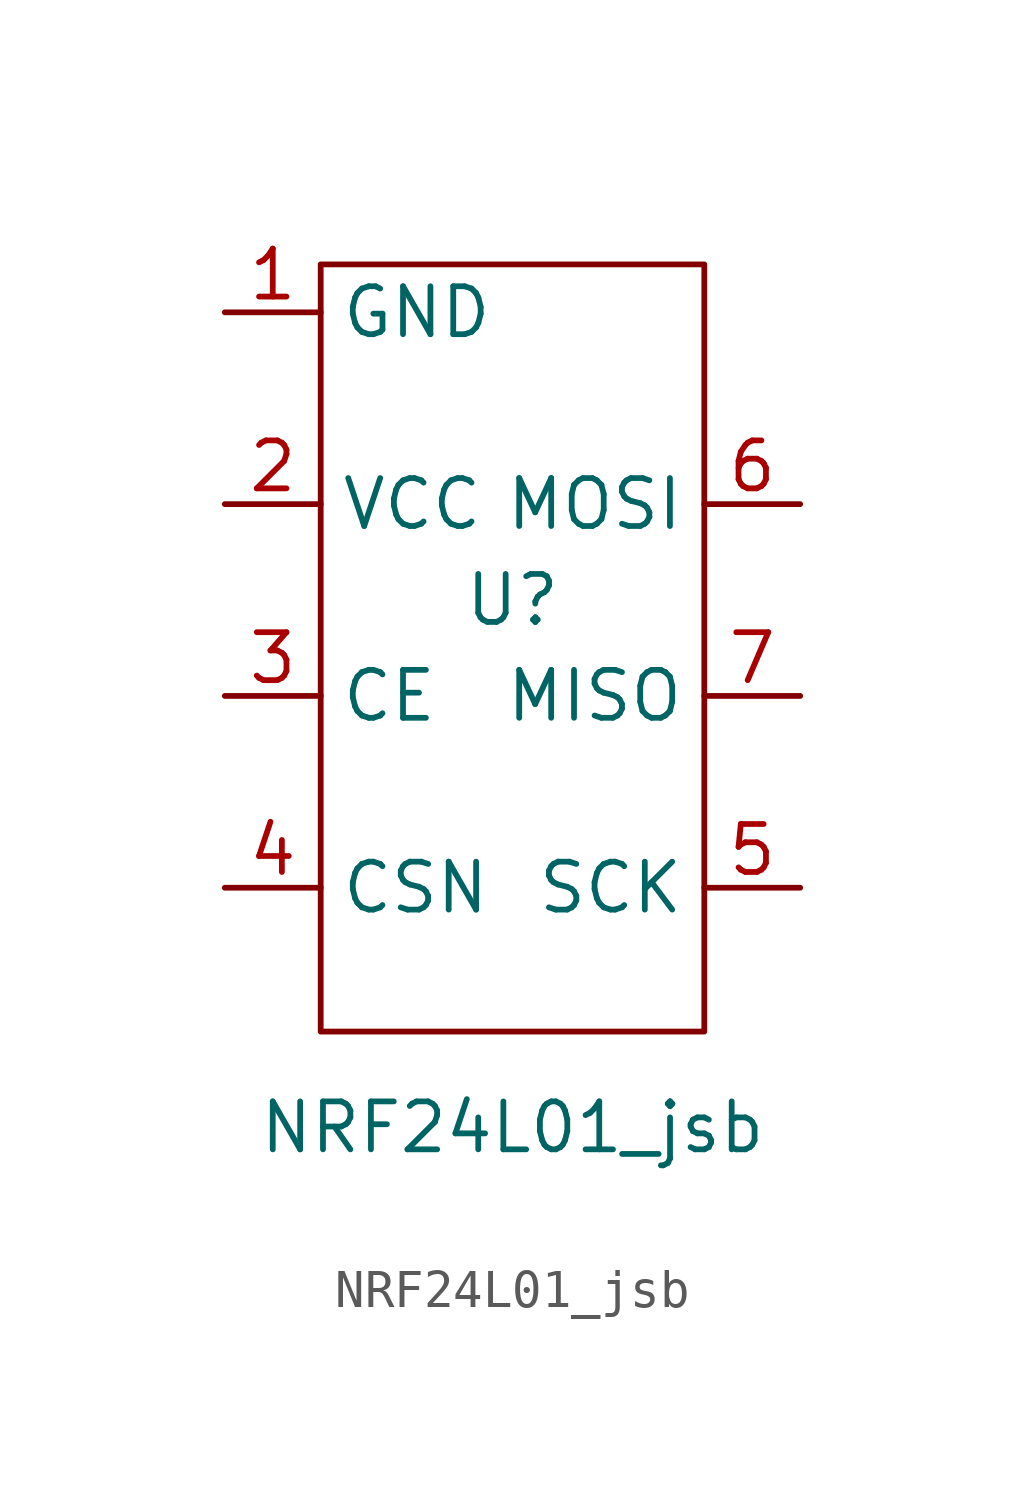
<source format=kicad_sym>
(kicad_symbol_lib
  (version 20211014)
  (generator kicad_symbol_editor)
  (symbol "NRF24L01_jsb"
    (property "Reference" "U"
      (at 0 0 0)
      (effects (font (size 1.27 1.27))))
    (property "Value" "NRF24L01_jsb"
      (at 0 -13.97 0)
      (effects (font (size 1.27 1.27))))
    (symbol "NRF24L01_jsb_0_1"
      (rectangle (start -5.08 8.89) (end 5.08 -11.43) (stroke (width 0) (type default) (color 0 0 0 0)) (fill (type none))))
    (symbol "NRF24L01_jsb_1_1"
      (pin input line (at -7.62 7.62 0) (length 2.54) (name "GND" (effects (font (size 1.27 1.27)))) (number "1" (effects (font (size 1.27 1.27)))))
      (pin input line (at -7.62 2.54 0) (length 2.54) (name "VCC" (effects (font (size 1.27 1.27)))) (number "2" (effects (font (size 1.27 1.27)))))
      (pin input line (at -7.62 -2.54 0) (length 2.54) (name "CE" (effects (font (size 1.27 1.27)))) (number "3" (effects (font (size 1.27 1.27)))))
      (pin input line (at -7.62 -7.62 0) (length 2.54) (name "CSN" (effects (font (size 1.27 1.27)))) (number "4" (effects (font (size 1.27 1.27)))))
      (pin input line (at 7.62 -7.62 180) (length 2.54) (name "SCK" (effects (font (size 1.27 1.27)))) (number "5" (effects (font (size 1.27 1.27)))))
      (pin input line (at 7.62 2.54 180) (length 2.54) (name "MOSI" (effects (font (size 1.27 1.27)))) (number "6" (effects (font (size 1.27 1.27)))))
      (pin output line (at 7.62 -2.54 180) (length 2.54) (name "MISO" (effects (font (size 1.27 1.27)))) (number "7" (effects (font (size 1.27 1.27))))))))
</source>
